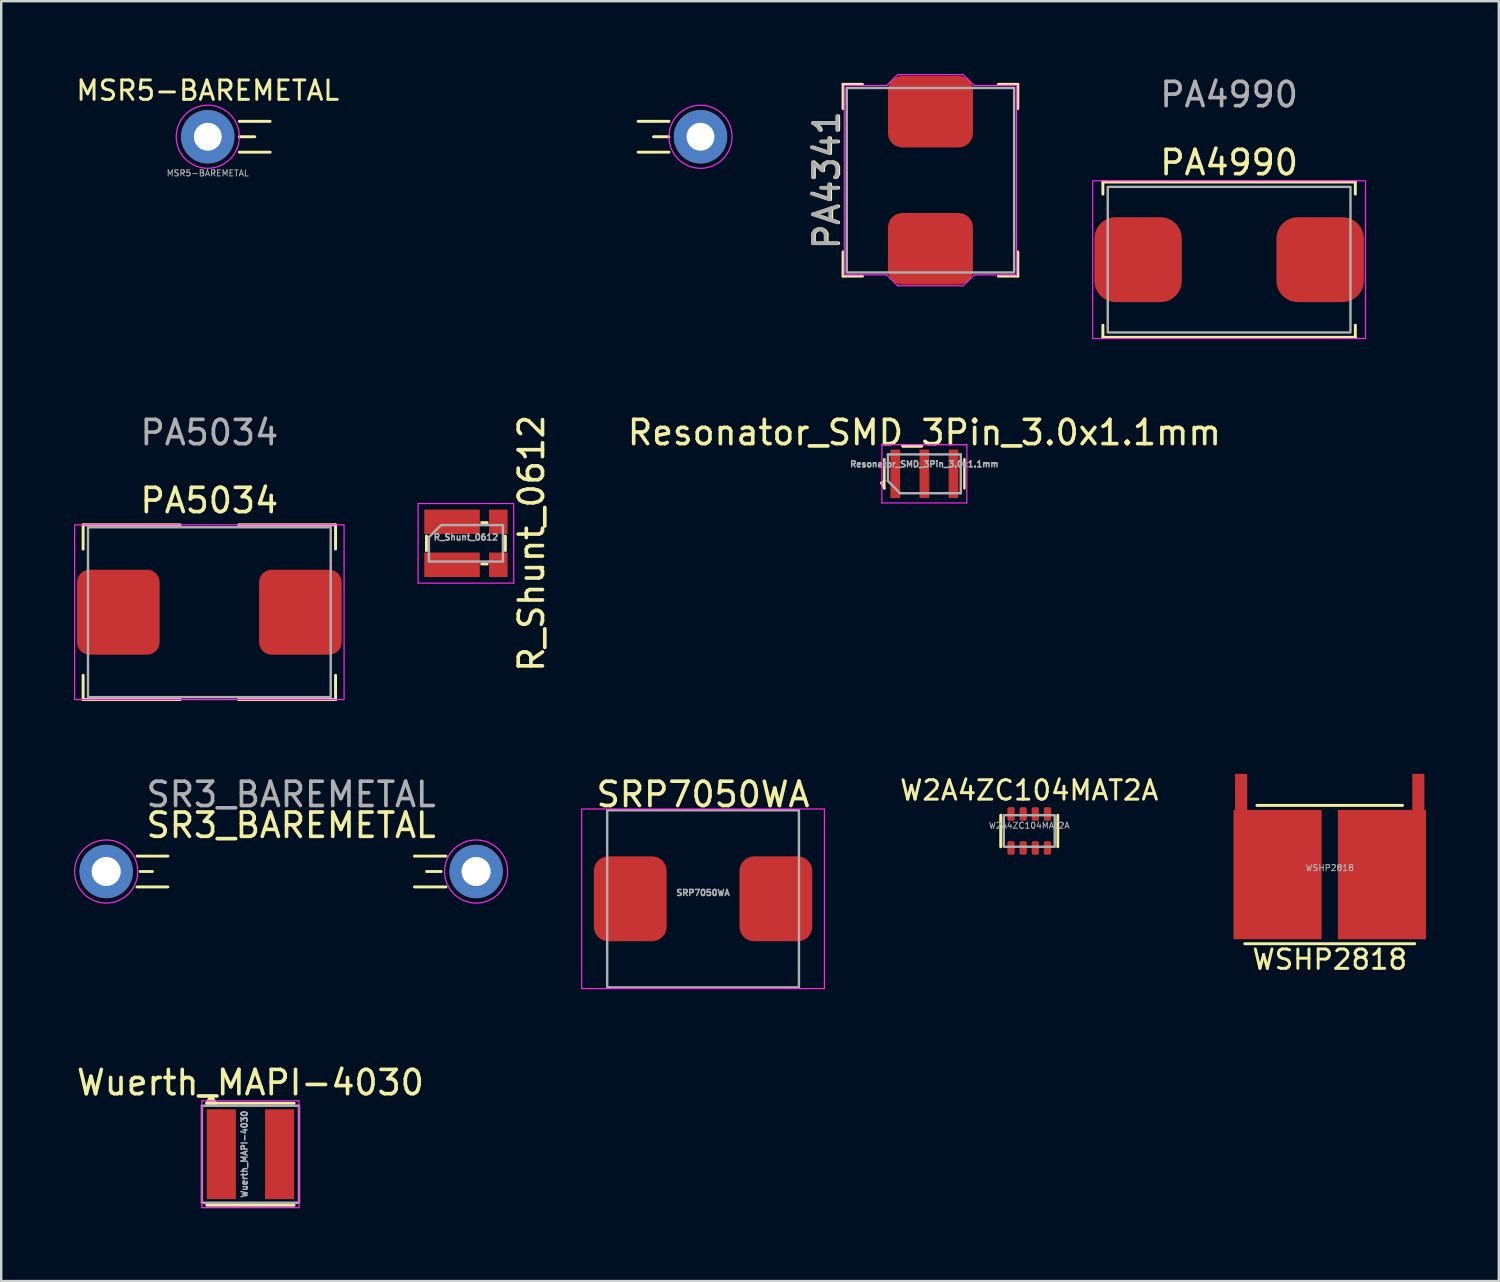
<source format=kicad_pcb>
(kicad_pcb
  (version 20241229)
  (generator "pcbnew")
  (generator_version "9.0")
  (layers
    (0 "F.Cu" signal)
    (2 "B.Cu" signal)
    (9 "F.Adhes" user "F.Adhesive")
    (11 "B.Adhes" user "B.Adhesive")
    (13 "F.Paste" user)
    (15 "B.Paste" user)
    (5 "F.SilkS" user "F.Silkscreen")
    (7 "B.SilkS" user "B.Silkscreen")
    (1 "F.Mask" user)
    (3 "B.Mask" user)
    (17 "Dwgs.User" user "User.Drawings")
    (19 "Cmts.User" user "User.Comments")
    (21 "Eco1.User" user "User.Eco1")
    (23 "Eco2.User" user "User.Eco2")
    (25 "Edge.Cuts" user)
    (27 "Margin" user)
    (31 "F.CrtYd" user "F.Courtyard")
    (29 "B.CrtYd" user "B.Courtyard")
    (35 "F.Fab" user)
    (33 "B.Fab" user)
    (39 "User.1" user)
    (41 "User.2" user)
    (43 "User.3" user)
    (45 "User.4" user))
  (footprint "WSHP2818"
    (layer "F.Cu")
    (at 51.734 32.981)
    (property "Reference" "WSHP2818" (at 0 3.5 0) (unlocked yes) (layer "F.SilkS") (effects (font (size 0.8 0.8) (thickness 0.12))))
    (attr smd)
    (fp_line (start -3.5 2.85) (end 3.5 2.85) (stroke (width 0.12) (type default)) (layer "F.SilkS"))
    (fp_line (start -3 -2.85) (end 3 -2.85) (stroke (width 0.12) (type default)) (layer "F.SilkS"))
    (fp_text user "${REFERENCE}" (at 0 -0.275 0) (unlocked yes) (layer "F.Fab") (effects (font (size 0.25 0.25) (thickness 0.04))))
    (pad "1" smd rect (at -3.65 -3.4) (size 0.5 1.5) (layers "F.Cu" "F.Mask" "F.Paste"))
    (pad "1" smd rect (at -2.15 0) (size 3.63 5.33) (layers "F.Cu" "F.Mask" "F.Paste"))
    (pad "2" smd rect (at 2.15 0) (size 3.63 5.33) (layers "F.Cu" "F.Mask" "F.Paste"))
    (pad "2" smd rect (at 3.65 -3.4) (size 0.5 1.5) (layers "F.Cu" "F.Mask" "F.Paste")))
  (footprint "PA4341"
    (layer "F.Cu")
    (at 35.283 4.375)
    (property "Reference" "PA4341" (at -4.25 0 90) (unlocked yes) (layer "F.SilkS") (effects (font (size 1 1) (thickness 0.15))))
    (attr smd)
    (fp_line (start -3.6 -3.95) (end -3.6 -2.95) (stroke (width 0.12) (type solid)) (layer "F.SilkS"))
    (fp_line (start -3.6 -3.95) (end -2.8 -3.95) (stroke (width 0.12) (type solid)) (layer "F.SilkS"))
    (fp_line (start -3.6 3.95) (end -3.6 2.95) (stroke (width 0.12) (type solid)) (layer "F.SilkS"))
    (fp_line (start -3.6 3.95) (end -2.8 3.95) (stroke (width 0.12) (type solid)) (layer "F.SilkS"))
    (fp_line (start 3.6 -3.95) (end 2.8 -3.95) (stroke (width 0.12) (type solid)) (layer "F.SilkS"))
    (fp_line (start 3.6 -3.95) (end 3.6 -2.95) (stroke (width 0.12) (type solid)) (layer "F.SilkS"))
    (fp_line (start 3.6 3.95) (end 2.8 3.95) (stroke (width 0.12) (type solid)) (layer "F.SilkS"))
    (fp_line (start 3.6 3.95) (end 3.6 2.95) (stroke (width 0.12) (type solid)) (layer "F.SilkS"))
    (fp_line (start -3.55 -3.9) (end -1.8 -3.9) (stroke (width 0.05) (type solid)) (layer "F.CrtYd"))
    (fp_line (start -3.55 3.9) (end -3.55 -3.9) (stroke (width 0.05) (type solid)) (layer "F.CrtYd"))
    (fp_line (start -3.55 3.9) (end -1.8 3.9) (stroke (width 0.05) (type solid)) (layer "F.CrtYd"))
    (fp_line (start -1.8 -3.9) (end -1.35 -4.35) (stroke (width 0.05) (type solid)) (layer "F.CrtYd"))
    (fp_line (start -1.8 3.9) (end -1.35 4.35) (stroke (width 0.05) (type solid)) (layer "F.CrtYd"))
    (fp_line (start -1.35 -4.35) (end 1.35 -4.35) (stroke (width 0.05) (type solid)) (layer "F.CrtYd"))
    (fp_line (start 1.35 4.35) (end -1.35 4.35) (stroke (width 0.05) (type solid)) (layer "F.CrtYd"))
    (fp_line (start 1.8 -3.9) (end 1.35 -4.35) (stroke (width 0.05) (type solid)) (layer "F.CrtYd"))
    (fp_line (start 1.8 3.9) (end 1.35 4.35) (stroke (width 0.05) (type solid)) (layer "F.CrtYd"))
    (fp_line (start 3.55 -3.9) (end 1.8 -3.9) (stroke (width 0.05) (type solid)) (layer "F.CrtYd"))
    (fp_line (start 3.55 -3.9) (end 3.55 3.9) (stroke (width 0.05) (type solid)) (layer "F.CrtYd"))
    (fp_line (start 3.55 3.9) (end 1.8 3.9) (stroke (width 0.05) (type solid)) (layer "F.CrtYd"))
    (fp_rect (start -3.45 -3.8) (end 3.45 3.8) (stroke (width 0.1) (type solid)) (fill no) (layer "F.Fab"))
    (fp_text user "${REFERENCE}" (at -4.3 0 90) (unlocked yes) (layer "F.Fab") (effects (font (size 1 1) (thickness 0.15))))
    (pad "1" smd roundrect (at 0 -2.825) (size 3.5 2.95) (layers "F.Cu" "F.Mask" "F.Paste") (roundrect_rratio 0.2))
    (pad "2" smd roundrect (at 0 2.825) (size 3.5 2.95) (layers "F.Cu" "F.Mask" "F.Paste") (roundrect_rratio 0.2)))
  (footprint "W2A4ZC104MAT2A"
    (layer "F.Cu")
    (at 39.354 31.185)
    (property "Reference" "W2A4ZC104MAT2A" (at 0 -1.675 0) (unlocked yes) (layer "F.SilkS") (effects (font (size 0.8 0.8) (thickness 0.12))))
    (attr smd)
    (fp_line (start -1.175 -0.65) (end -1.175 0.65) (stroke (width 0.12) (type default)) (layer "F.SilkS"))
    (fp_line (start 1.175 -0.65) (end 1.175 0.65) (stroke (width 0.12) (type default)) (layer "F.SilkS"))
    (fp_rect (start -1.05 -0.65) (end 1.05 0.65) (stroke (width 0.1) (type default)) (fill no) (layer "F.Fab"))
    (fp_text user "${REFERENCE}" (at 0 -0.225 0) (unlocked yes) (layer "F.Fab") (effects (font (size 0.25 0.25) (thickness 0.04))))
    (pad "1" smd roundrect (at -0.75 -0.7) (size 0.3 0.56) (layers "F.Cu" "F.Mask" "F.Paste") (roundrect_rratio 0.25))
    (pad "2" smd roundrect (at -0.75 0.7) (size 0.3 0.56) (layers "F.Cu" "F.Mask" "F.Paste") (roundrect_rratio 0.25))
    (pad "3" smd roundrect (at -0.25 -0.7) (size 0.3 0.56) (layers "F.Cu" "F.Mask" "F.Paste") (roundrect_rratio 0.25))
    (pad "4" smd roundrect (at -0.25 0.7) (size 0.3 0.56) (layers "F.Cu" "F.Mask" "F.Paste") (roundrect_rratio 0.25))
    (pad "5" smd roundrect (at 0.25 -0.7) (size 0.3 0.56) (layers "F.Cu" "F.Mask" "F.Paste") (roundrect_rratio 0.25))
    (pad "6" smd roundrect (at 0.25 0.7) (size 0.3 0.56) (layers "F.Cu" "F.Mask" "F.Paste") (roundrect_rratio 0.25))
    (pad "7" smd roundrect (at 0.75 -0.7) (size 0.3 0.56) (layers "F.Cu" "F.Mask" "F.Paste") (roundrect_rratio 0.25))
    (pad "8" smd roundrect (at 0.75 0.7) (size 0.3 0.56) (layers "F.Cu" "F.Mask" "F.Paste") (roundrect_rratio 0.25)))
  (footprint "Wuerth_MAPI-4030"
    (layer "F.Cu")
    (at 7.268 44.503)
    (property "Reference" "Wuerth_MAPI-4030" (at 0 -2.95 0) (layer "F.SilkS") (effects (font (size 1 1) (thickness 0.15))))
    (attr smd)
    (fp_line (start -1.8 -2.1) (end 1.8 -2.1) (stroke (width 0.12) (type solid)) (layer "F.SilkS"))
    (fp_line (start -1.8 2.1) (end 1.8 2.1) (stroke (width 0.12) (type solid)) (layer "F.SilkS"))
    (fp_poly (pts (xy -1.8 -2.1) (xy -1.625 -2.4) (xy -1.425 -2.1)) (stroke (width 0.12) (type solid)) (fill yes) (layer "F.SilkS"))
    (fp_line (start -2 -2.2) (end -2 2.2) (stroke (width 0.05) (type solid)) (layer "F.CrtYd"))
    (fp_line (start -2 2.2) (end 2 2.2) (stroke (width 0.05) (type solid)) (layer "F.CrtYd"))
    (fp_line (start 2 -2.2) (end -2 -2.2) (stroke (width 0.05) (type solid)) (layer "F.CrtYd"))
    (fp_line (start 2 2.2) (end 2 -2.2) (stroke (width 0.05) (type solid)) (layer "F.CrtYd"))
    (fp_line (start -2 -2) (end -2 2) (stroke (width 0.1) (type solid)) (layer "F.Fab"))
    (fp_line (start -2 2) (end 2 2) (stroke (width 0.1) (type solid)) (layer "F.Fab"))
    (fp_line (start 2 -2) (end -2 -2) (stroke (width 0.1) (type solid)) (layer "F.Fab"))
    (fp_line (start 2 2) (end 2 -2) (stroke (width 0.1) (type solid)) (layer "F.Fab"))
    (fp_text user "${REFERENCE}" (at -0.25 0 90) (layer "F.Fab") (effects (font (size 0.25 0.25) (thickness 0.062))))
    (pad "1" smd rect (at -1.2 0) (size 1.2 3.7) (layers "F.Cu" "F.Mask" "F.Paste"))
    (pad "2" smd rect (at 1.2 0) (size 1.2 3.7) (layers "F.Cu" "F.Mask" "F.Paste")))
  (footprint "SRP7050WA"
    (layer "F.Cu")
    (at 25.915 33.98)
    (property "Reference" "SRP7050WA" (at 0 -4.3 0) (unlocked yes) (layer "F.SilkS") (effects (font (size 1 1) (thickness 0.15))))
    (attr smd)
    (fp_rect (start -5 -3.7) (end 5 3.7) (stroke (width 0.05) (type default)) (fill no) (layer "F.CrtYd"))
    (fp_rect (start -3.95 3.65) (end 3.95 -3.65) (stroke (width 0.1) (type default)) (fill no) (layer "F.Fab"))
    (fp_text user "${REFERENCE}" (at 0 -0.25 0) (unlocked yes) (layer "F.Fab") (effects (font (size 0.25 0.25) (thickness 0.062))))
    (pad "1" smd roundrect (at -3 0) (size 3 3.5) (layers "F.Cu" "F.Mask" "F.Paste") (roundrect_rratio 0.2))
    (pad "2" smd roundrect (at 3 0) (size 3 3.5) (layers "F.Cu" "F.Mask" "F.Paste") (roundrect_rratio 0.2)))
  (footprint "SR3_BAREMETAL"
    (layer "F.Cu")
    (at 1.325 32.855)
    (property "Reference" "SR3_BAREMETAL" (at 7.62 -1.905 0) (unlocked yes) (layer "F.SilkS") (effects (font (size 1 1) (thickness 0.15))))
    (attr through_hole)
    (fp_line (start 1.27 -0.635) (end 2.54 -0.635) (stroke (width 0.12) (type solid)) (layer "F.SilkS"))
    (fp_line (start 1.27 0.635) (end 2.54 0.635) (stroke (width 0.12) (type solid)) (layer "F.SilkS"))
    (fp_line (start 1.4 0) (end 1.905 0) (stroke (width 0.12) (type solid)) (layer "F.SilkS"))
    (fp_line (start 13.8 0) (end 13.2 0) (stroke (width 0.12) (type solid)) (layer "F.SilkS"))
    (fp_line (start 14 -0.635) (end 12.7 -0.635) (stroke (width 0.12) (type solid)) (layer "F.SilkS"))
    (fp_line (start 14 0.635) (end 12.7 0.635) (stroke (width 0.12) (type solid)) (layer "F.SilkS"))
    (fp_circle (center 0 0) (end -1.3 0) (stroke (width 0.05) (type solid)) (fill no) (layer "F.CrtYd"))
    (fp_circle (center 15.24 0) (end 16.54 0) (stroke (width 0.05) (type solid)) (fill no) (layer "F.CrtYd"))
    (fp_text user "${REFERENCE}" (at 7.62 -3.175 0) (unlocked yes) (layer "F.Fab") (effects (font (size 1 1) (thickness 0.15))))
    (pad "1" thru_hole circle (at 0 0) (size 2.2 2.2) (drill 1.2) (layers "*.Cu" "*.Mask"))
    (pad "2" thru_hole circle (at 15.24 0) (size 2.2 2.2) (drill 1.2) (layers "*.Cu" "*.Mask")))
  (footprint "PA4990"
    (layer "F.Cu")
    (at 47.588 7.648)
    (property "Reference" "PA4990" (at 0 -4 0) (unlocked yes) (layer "F.SilkS") (effects (font (size 1 1) (thickness 0.15))))
    (attr smd)
    (fp_line (start -5.2 -3.2) (end -5.2 -2.7) (stroke (width 0.12) (type solid)) (layer "F.SilkS"))
    (fp_line (start -5.2 -3.2) (end 5.2 -3.2) (stroke (width 0.12) (type solid)) (layer "F.SilkS"))
    (fp_line (start -5.2 3.2) (end -5.2 2.7) (stroke (width 0.12) (type solid)) (layer "F.SilkS"))
    (fp_line (start 5.2 -3.2) (end 5.2 -2.7) (stroke (width 0.12) (type solid)) (layer "F.SilkS"))
    (fp_line (start 5.2 3.2) (end -5.2 3.2) (stroke (width 0.12) (type solid)) (layer "F.SilkS"))
    (fp_line (start 5.2 3.2) (end 5.2 2.7) (stroke (width 0.12) (type solid)) (layer "F.SilkS"))
    (fp_rect (start -5.62 -3.25) (end 5.62 3.25) (stroke (width 0.05) (type solid)) (fill no) (layer "F.CrtYd"))
    (fp_rect (start -5 -3) (end 5 3) (stroke (width 0.1) (type solid)) (fill no) (layer "F.Fab"))
    (fp_text user "${REFERENCE}" (at 0 -6.8 0) (unlocked yes) (layer "F.Fab") (effects (font (size 1 1) (thickness 0.15))))
    (pad "1" smd roundrect (at -3.75 0) (size 3.6 3.5) (layers "F.Cu" "F.Mask" "F.Paste") (roundrect_rratio 0.25))
    (pad "2" smd roundrect (at 3.75 0) (size 3.6 3.5) (layers "F.Cu" "F.Mask" "F.Paste") (roundrect_rratio 0.25)))
  (footprint "MSR5-BAREMETAL"
    (layer "F.Cu")
    (at 5.51 2.584)
    (property "Reference" "MSR5-BAREMETAL" (at 0 -1.905 0) (unlocked yes) (layer "F.SilkS") (effects (font (size 0.8 0.8) (thickness 0.12))))
    (attr through_hole)
    (fp_line (start 1.3 -0.635) (end 2.57 -0.635) (stroke (width 0.12) (type solid)) (layer "F.SilkS"))
    (fp_line (start 1.3 0) (end 1.935 0) (stroke (width 0.12) (type solid)) (layer "F.SilkS"))
    (fp_line (start 1.3 0.635) (end 2.57 0.635) (stroke (width 0.12) (type solid)) (layer "F.SilkS"))
    (fp_line (start 19 -0.635) (end 17.73 -0.635) (stroke (width 0.12) (type solid)) (layer "F.SilkS"))
    (fp_line (start 19 0) (end 18.365 0) (stroke (width 0.12) (type solid)) (layer "F.SilkS"))
    (fp_line (start 19 0.635) (end 17.73 0.635) (stroke (width 0.12) (type solid)) (layer "F.SilkS"))
    (fp_circle (center 0 0) (end 0 -1.3) (stroke (width 0.05) (type solid)) (fill no) (layer "F.CrtYd"))
    (fp_circle (center 20.3 0) (end 20.3 -1.3) (stroke (width 0.05) (type solid)) (fill no) (layer "F.CrtYd"))
    (fp_text user "${REFERENCE}" (at 0 1.5 0) (unlocked yes) (layer "F.Fab") (effects (font (size 0.25 0.25) (thickness 0.04))))
    (pad "1" thru_hole circle (at 0 0) (size 2.2 2.2) (drill 1.15) (layers "*.Cu" "*.Mask"))
    (pad "2" thru_hole circle (at 20.3 0) (size 2.2 2.2) (drill 1.15) (layers "*.Cu" "*.Mask")))
  (footprint "PA5034"
    (layer "F.Cu")
    (at 5.575 22.172)
    (property "Reference" "PA5034" (at 0 -4.6 0) (unlocked yes) (layer "F.SilkS") (effects (font (size 1 1) (thickness 0.15))))
    (attr smd)
    (fp_line (start -5.2 -3.6) (end -1.2 -3.6) (stroke (width 0.12) (type solid)) (layer "F.SilkS"))
    (fp_line (start -5.2 -2.6) (end -5.2 -3.6) (stroke (width 0.12) (type solid)) (layer "F.SilkS"))
    (fp_line (start -5.2 2.6) (end -5.2 3.6) (stroke (width 0.12) (type solid)) (layer "F.SilkS"))
    (fp_line (start -5.2 3.6) (end -1.2 3.6) (stroke (width 0.12) (type solid)) (layer "F.SilkS"))
    (fp_line (start 5.2 -3.6) (end 1.2 -3.6) (stroke (width 0.12) (type solid)) (layer "F.SilkS"))
    (fp_line (start 5.2 -2.6) (end 5.2 -3.6) (stroke (width 0.12) (type solid)) (layer "F.SilkS"))
    (fp_line (start 5.2 2.6) (end 5.2 3.6) (stroke (width 0.12) (type solid)) (layer "F.SilkS"))
    (fp_line (start 5.2 3.6) (end 1.2 3.6) (stroke (width 0.12) (type solid)) (layer "F.SilkS"))
    (fp_rect (start -5.55 -3.6) (end 5.55 3.6) (stroke (width 0.05) (type solid)) (fill no) (layer "F.CrtYd"))
    (fp_rect (start -5 -3.5) (end 5 3.5) (stroke (width 0.1) (type solid)) (fill no) (layer "F.Fab"))
    (fp_text user "${REFERENCE}" (at 0 -7.4 0) (unlocked yes) (layer "F.Fab") (effects (font (size 1 1) (thickness 0.15))))
    (pad "1" smd roundrect (at -3.75 0) (size 3.4 3.5) (layers "F.Cu" "F.Mask" "F.Paste") (roundrect_rratio 0.15))
    (pad "2" smd roundrect (at 3.75 0) (size 3.4 3.5) (layers "F.Cu" "F.Mask" "F.Paste") (roundrect_rratio 0.15)))
  (footprint "Resonator_SMD_3Pin_3.0x1.1mm"
    (layer "F.Cu")
    (at 35.033 16.471)
    (property "Reference" "Resonator_SMD_3Pin_3.0x1.1mm" (at 0 -1.7 0) (layer "F.SilkS") (effects (font (size 1 1) (thickness 0.15))))
    (attr smd)
    (fp_line (start -1.775 0.375) (end -1.65 0.3) (stroke (width 0.1) (type solid)) (layer "F.SilkS"))
    (fp_line (start -1.65 0.6) (end -1.775 0.375) (stroke (width 0.1) (type solid)) (layer "F.SilkS"))
    (fp_line (start -1.65 0.6) (end -1.65 -0.6) (stroke (width 0.1) (type solid)) (layer "F.SilkS"))
    (fp_line (start 1.65 0.6) (end 1.65 -0.6) (stroke (width 0.1) (type solid)) (layer "F.SilkS"))
    (fp_line (start -1.75 -1.2) (end 1.75 -1.2) (stroke (width 0.05) (type solid)) (layer "F.CrtYd"))
    (fp_line (start -1.75 1.2) (end -1.75 -1.2) (stroke (width 0.05) (type solid)) (layer "F.CrtYd"))
    (fp_line (start 1.75 -1.2) (end 1.75 1.2) (stroke (width 0.05) (type solid)) (layer "F.CrtYd"))
    (fp_line (start 1.75 1.2) (end -1.75 1.2) (stroke (width 0.05) (type solid)) (layer "F.CrtYd"))
    (fp_line (start -1.5 0.3) (end -1.5 -0.8) (stroke (width 0.1) (type solid)) (layer "F.Fab"))
    (fp_line (start -1 0.8) (end -1.5 0.3) (stroke (width 0.1) (type solid)) (layer "F.Fab"))
    (fp_line (start -1 0.8) (end 1.5 0.8) (stroke (width 0.1) (type solid)) (layer "F.Fab"))
    (fp_line (start 1.5 -0.8) (end -1.5 -0.8) (stroke (width 0.1) (type solid)) (layer "F.Fab"))
    (fp_line (start 1.5 0.8) (end 1.5 -0.8) (stroke (width 0.1) (type solid)) (layer "F.Fab"))
    (fp_text user "${REFERENCE}" (at 0 -0.4 0) (layer "F.Fab") (effects (font (size 0.25 0.25) (thickness 0.062))))
    (pad "1" smd rect (at -1.2 0) (size 0.4 2) (layers "F.Cu" "F.Mask" "F.Paste"))
    (pad "2" smd rect (at 0 0) (size 0.4 2) (layers "F.Cu" "F.Mask" "F.Paste"))
    (pad "3" smd rect (at 1.2 0) (size 0.4 2) (layers "F.Cu" "F.Mask" "F.Paste")))
  (footprint "R_Shunt_0612"
    (layer "F.Cu")
    (at 16.145 19.334)
    (property "Reference" "R_Shunt_0612" (at 2.7 0 270) (layer "F.SilkS") (effects (font (size 1 1) (thickness 0.15))))
    (attr smd)
    (fp_line (start -1.625 0.3) (end -1.625 -0.3) (stroke (width 0.12) (type solid)) (layer "F.SilkS"))
    (fp_line (start 0.65 -0.85) (end 0.875 -0.85) (stroke (width 0.12) (type solid)) (layer "F.SilkS"))
    (fp_line (start 0.65 0.85) (end 0.875 0.85) (stroke (width 0.12) (type solid)) (layer "F.SilkS"))
    (fp_line (start 1.625 0.3) (end 1.625 -0.3) (stroke (width 0.12) (type solid)) (layer "F.SilkS"))
    (fp_line (start -1.97 1.64) (end -1.97 -1.64) (stroke (width 0.05) (type solid)) (layer "F.CrtYd"))
    (fp_line (start -1.97 1.64) (end 1.97 1.64) (stroke (width 0.05) (type solid)) (layer "F.CrtYd"))
    (fp_line (start 1.97 -1.64) (end -1.97 -1.64) (stroke (width 0.05) (type solid)) (layer "F.CrtYd"))
    (fp_line (start 1.97 -1.64) (end 1.97 1.64) (stroke (width 0.05) (type solid)) (layer "F.CrtYd"))
    (fp_line (start -1.525 -0.25) (end -1.025 -0.75) (stroke (width 0.1) (type solid)) (layer "F.Fab"))
    (fp_line (start -1.525 0.75) (end -1.525 -0.25) (stroke (width 0.1) (type solid)) (layer "F.Fab"))
    (fp_line (start -1.525 0.75) (end 1.525 0.75) (stroke (width 0.1) (type solid)) (layer "F.Fab"))
    (fp_line (start 1.525 -0.75) (end -1.025 -0.75) (stroke (width 0.1) (type solid)) (layer "F.Fab"))
    (fp_line (start 1.525 0.75) (end 1.525 -0.75) (stroke (width 0.1) (type solid)) (layer "F.Fab"))
    (fp_text user "${REFERENCE}" (at 0 -0.25 0) (layer "F.Fab") (effects (font (size 0.25 0.25) (thickness 0.062))))
    (pad "1" smd rect (at -0.572 -0.885) (size 2.287 1.01) (layers "F.Cu" "F.Mask" "F.Paste"))
    (pad "2" smd rect (at 1.334 -0.885) (size 0.762 1.01) (layers "F.Cu" "F.Mask" "F.Paste"))
    (pad "3" smd rect (at 1.334 0.885) (size 0.762 1.01) (layers "F.Cu" "F.Mask" "F.Paste"))
    (pad "4" smd rect (at -0.572 0.885) (size 2.287 1.01) (layers "F.Cu" "F.Mask" "F.Paste")))
  (gr_rect
    (start -3 -3)
    (end 58.699 49.728)
    (stroke (width 0.1) (type default))
    (fill no)
    (layer "Edge.Cuts")))
</source>
